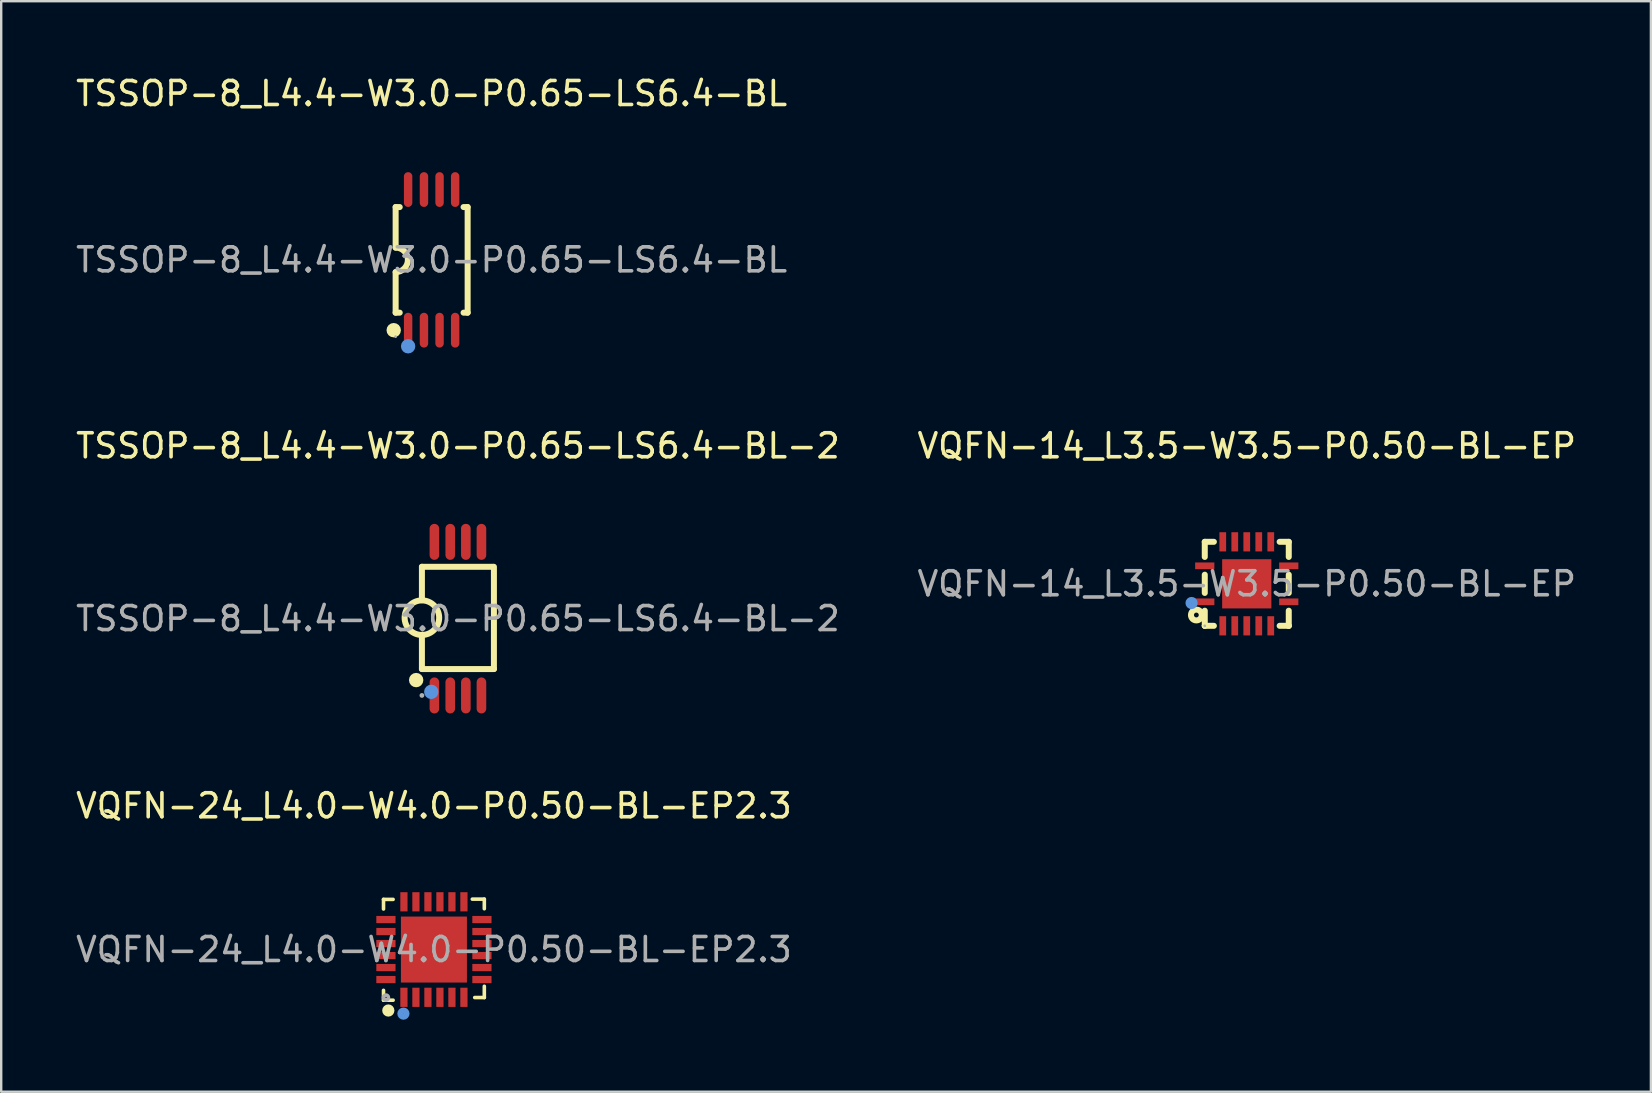
<source format=kicad_pcb>
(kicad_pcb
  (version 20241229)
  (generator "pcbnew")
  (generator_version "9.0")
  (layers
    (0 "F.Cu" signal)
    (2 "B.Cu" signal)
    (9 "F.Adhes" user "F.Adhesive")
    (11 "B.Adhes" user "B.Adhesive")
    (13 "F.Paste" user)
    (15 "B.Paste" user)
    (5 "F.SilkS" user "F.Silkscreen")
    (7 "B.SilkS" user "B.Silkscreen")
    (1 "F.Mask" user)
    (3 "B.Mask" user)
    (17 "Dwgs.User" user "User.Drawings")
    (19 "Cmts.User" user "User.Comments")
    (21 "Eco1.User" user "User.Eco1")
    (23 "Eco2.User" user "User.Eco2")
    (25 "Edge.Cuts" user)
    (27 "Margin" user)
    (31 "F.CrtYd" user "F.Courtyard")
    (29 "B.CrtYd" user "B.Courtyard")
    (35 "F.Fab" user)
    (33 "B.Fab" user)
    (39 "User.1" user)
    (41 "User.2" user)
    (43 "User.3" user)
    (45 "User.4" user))
  (footprint "TSSOP-8_L4.4-W3.0-P0.65-LS6.4-BL"
    (layer "F.Cu")
    (at 14.935 7.778)
    (property "Reference" "TSSOP-8_L4.4-W3.0-P0.65-LS6.4-BL" (at 0 -6.93 0) (layer "F.SilkS") (effects (font (size 1 1) (thickness 0.15))))
    (attr through_hole)
    (fp_line (start -1.5 -2.2) (end -1.5 -0.51) (stroke (width 0.25) (type solid)) (layer "F.SilkS"))
    (fp_line (start -1.5 -2.2) (end -1.33 -2.2) (stroke (width 0.25) (type solid)) (layer "F.SilkS"))
    (fp_line (start -1.5 2.2) (end -1.5 0.51) (stroke (width 0.25) (type solid)) (layer "F.SilkS"))
    (fp_line (start -1.5 2.2) (end -1.33 2.2) (stroke (width 0.25) (type solid)) (layer "F.SilkS"))
    (fp_line (start 1.33 -2.2) (end 1.5 -2.2) (stroke (width 0.25) (type solid)) (layer "F.SilkS"))
    (fp_line (start 1.33 2.2) (end 1.5 2.2) (stroke (width 0.25) (type solid)) (layer "F.SilkS"))
    (fp_line (start 1.5 -2.2) (end 1.5 2.2) (stroke (width 0.25) (type solid)) (layer "F.SilkS"))
    (fp_arc (start -1.5 -0.51) (mid -0.99 0) (end -1.5 0.51) (stroke (width 0.25) (type solid)) (layer "F.SilkS"))
    (fp_circle (center -1.58 2.93) (end -1.43 2.93) (stroke (width 0.3) (type solid)) (fill no) (layer "F.SilkS"))
    (fp_circle (center -0.98 3.6) (end -0.83 3.6) (stroke (width 0.3) (type solid)) (fill no) (layer "Cmts.User"))
    (fp_circle (center -1.5 3.2) (end -1.47 3.2) (stroke (width 0.06) (type solid)) (fill no) (layer "F.Fab"))
    (fp_text user "${REFERENCE}" (at 0 0 0) (layer "F.Fab") (effects (font (size 1 1) (thickness 0.15))))
    (pad "1" smd oval (at -0.98 2.93) (size 0.35 1.45) (layers "F.Cu" "F.Mask" "F.Paste"))
    (pad "2" smd oval (at -0.32 2.93) (size 0.35 1.45) (layers "F.Cu" "F.Mask" "F.Paste"))
    (pad "3" smd oval (at 0.33 2.93) (size 0.35 1.45) (layers "F.Cu" "F.Mask" "F.Paste"))
    (pad "4" smd oval (at 0.98 2.93) (size 0.35 1.45) (layers "F.Cu" "F.Mask" "F.Paste"))
    (pad "5" smd oval (at 0.98 -2.93) (size 0.35 1.45) (layers "F.Cu" "F.Mask" "F.Paste"))
    (pad "6" smd oval (at 0.33 -2.93) (size 0.35 1.45) (layers "F.Cu" "F.Mask" "F.Paste"))
    (pad "7" smd oval (at -0.32 -2.93) (size 0.35 1.45) (layers "F.Cu" "F.Mask" "F.Paste"))
    (pad "8" smd oval (at -0.98 -2.93) (size 0.35 1.45) (layers "F.Cu" "F.Mask" "F.Paste")))
  (footprint "VQFN-24_L4.0-W4.0-P0.50-BL-EP2.3"
    (layer "F.Cu")
    (at 15.03 36.515)
    (property "Reference" "VQFN-24_L4.0-W4.0-P0.50-BL-EP2.3" (at 0 -5.99 0) (layer "F.SilkS") (effects (font (size 1 1) (thickness 0.15))))
    (attr through_hole)
    (fp_line (start -2.1 -2.09) (end -1.7 -2.09) (stroke (width 0.15) (type solid)) (layer "F.SilkS"))
    (fp_line (start -2.1 -1.69) (end -2.1 -2.09) (stroke (width 0.15) (type solid)) (layer "F.SilkS"))
    (fp_line (start -2.1 2.11) (end -2.1 1.7) (stroke (width 0.15) (type solid)) (layer "F.SilkS"))
    (fp_line (start -1.7 2.11) (end -2.1 2.11) (stroke (width 0.15) (type solid)) (layer "F.SilkS"))
    (fp_line (start 1.6 -2.1) (end 2.1 -2.1) (stroke (width 0.15) (type solid)) (layer "F.SilkS"))
    (fp_line (start 1.7 2) (end 2.1 2) (stroke (width 0.15) (type solid)) (layer "F.SilkS"))
    (fp_line (start 2.1 -2.1) (end 2.1 -1.7) (stroke (width 0.15) (type solid)) (layer "F.SilkS"))
    (fp_line (start 2.1 2) (end 2.1 1.53) (stroke (width 0.15) (type solid)) (layer "F.SilkS"))
    (fp_circle (center -1.9 2.54) (end -1.77 2.54) (stroke (width 0.25) (type solid)) (fill no) (layer "F.SilkS"))
    (fp_circle (center -1.27 2.67) (end -1.14 2.67) (stroke (width 0.25) (type solid)) (fill no) (layer "Cmts.User"))
    (fp_circle (center -2 2) (end -1.97 2) (stroke (width 0.15) (type solid)) (fill no) (layer "F.Fab"))
    (fp_text user "${REFERENCE}" (at 0 0 0) (layer "F.Fab") (effects (font (size 1 1) (thickness 0.15))))
    (pad "1" smd rect (at -1.25 1.99 180) (size 0.3 0.8) (layers "F.Cu" "F.Mask" "F.Paste"))
    (pad "2" smd rect (at -0.75 1.99 180) (size 0.3 0.8) (layers "F.Cu" "F.Mask" "F.Paste"))
    (pad "3" smd rect (at -0.25 1.99 180) (size 0.3 0.8) (layers "F.Cu" "F.Mask" "F.Paste"))
    (pad "4" smd rect (at 0.25 1.99 180) (size 0.3 0.8) (layers "F.Cu" "F.Mask" "F.Paste"))
    (pad "5" smd rect (at 0.75 1.99 180) (size 0.3 0.8) (layers "F.Cu" "F.Mask" "F.Paste"))
    (pad "6" smd rect (at 1.25 1.99 180) (size 0.3 0.8) (layers "F.Cu" "F.Mask" "F.Paste"))
    (pad "7" smd rect (at 2 1.25 270) (size 0.3 0.8) (layers "F.Cu" "F.Mask" "F.Paste"))
    (pad "8" smd rect (at 2 0.75 270) (size 0.3 0.8) (layers "F.Cu" "F.Mask" "F.Paste"))
    (pad "9" smd rect (at 2 0.25 270) (size 0.3 0.8) (layers "F.Cu" "F.Mask" "F.Paste"))
    (pad "10" smd rect (at 2 -0.25 270) (size 0.3 0.8) (layers "F.Cu" "F.Mask" "F.Paste"))
    (pad "11" smd rect (at 2 -0.75 270) (size 0.3 0.8) (layers "F.Cu" "F.Mask" "F.Paste"))
    (pad "12" smd rect (at 2 -1.25 270) (size 0.3 0.8) (layers "F.Cu" "F.Mask" "F.Paste"))
    (pad "13" smd rect (at 1.25 -1.99) (size 0.3 0.8) (layers "F.Cu" "F.Mask" "F.Paste"))
    (pad "14" smd rect (at 0.75 -1.99) (size 0.3 0.8) (layers "F.Cu" "F.Mask" "F.Paste"))
    (pad "15" smd rect (at 0.25 -1.99) (size 0.3 0.8) (layers "F.Cu" "F.Mask" "F.Paste"))
    (pad "16" smd rect (at -0.25 -1.99) (size 0.3 0.8) (layers "F.Cu" "F.Mask" "F.Paste"))
    (pad "17" smd rect (at -0.75 -1.99) (size 0.3 0.8) (layers "F.Cu" "F.Mask" "F.Paste"))
    (pad "18" smd rect (at -1.25 -1.99) (size 0.3 0.8) (layers "F.Cu" "F.Mask" "F.Paste"))
    (pad "19" smd rect (at -2 -1.25 90) (size 0.3 0.8) (layers "F.Cu" "F.Mask" "F.Paste"))
    (pad "20" smd rect (at -2 -0.75 90) (size 0.3 0.8) (layers "F.Cu" "F.Mask" "F.Paste"))
    (pad "21" smd rect (at -2 -0.25 90) (size 0.3 0.8) (layers "F.Cu" "F.Mask" "F.Paste"))
    (pad "22" smd rect (at -2 0.25 90) (size 0.3 0.8) (layers "F.Cu" "F.Mask" "F.Paste"))
    (pad "23" smd rect (at -2 0.75 90) (size 0.3 0.8) (layers "F.Cu" "F.Mask" "F.Paste"))
    (pad "24" smd rect (at -2 1.25 90) (size 0.3 0.8) (layers "F.Cu" "F.Mask" "F.Paste"))
    (pad "25" smd rect (at 0 0 90) (size 2.75 2.75) (layers "F.Cu" "F.Mask" "F.Paste")))
  (footprint "TSSOP-8_L4.4-W3.0-P0.65-LS6.4-BL-2"
    (layer "F.Cu")
    (at 16.03 22.727)
    (property "Reference" "TSSOP-8_L4.4-W3.0-P0.65-LS6.4-BL-2" (at 0 -7.2 0) (layer "F.SilkS") (effects (font (size 1 1) (thickness 0.15))))
    (attr through_hole)
    (fp_line (start -1.5 -0.77) (end -1.5 -2.16) (stroke (width 0.25) (type solid)) (layer "F.SilkS"))
    (fp_line (start -1.5 2.1) (end -1.5 0.71) (stroke (width 0.25) (type solid)) (layer "F.SilkS"))
    (fp_line (start -1.5 2.1) (end 1.5 2.1) (stroke (width 0.25) (type solid)) (layer "F.SilkS"))
    (fp_line (start 1.46 -2.16) (end -1.5 -2.16) (stroke (width 0.25) (type solid)) (layer "F.SilkS"))
    (fp_line (start 1.5 2.1) (end 1.5 -2.16) (stroke (width 0.25) (type solid)) (layer "F.SilkS"))
    (fp_arc (start -1.74 2.56) (mid -1.74 2.56) (end -1.74 2.56) (stroke (width 0.3) (type solid)) (layer "F.SilkS"))
    (fp_arc (start -1.512566 0.67989) (mid -1.493717 -0.759972) (end -1.5 0.68) (stroke (width 0.25) (type solid)) (layer "F.SilkS"))
    (fp_circle (center -1.11 3.05) (end -0.96 3.05) (stroke (width 0.3) (type solid)) (fill no) (layer "Cmts.User"))
    (fp_circle (center -1.5 3.2) (end -1.45 3.2) (stroke (width 0.1) (type solid)) (fill no) (layer "F.Fab"))
    (fp_text user "${REFERENCE}" (at 0 0 0) (layer "F.Fab") (effects (font (size 1 1) (thickness 0.15))))
    (pad "1" smd oval (at -0.98 3.2 180) (size 0.4 1.5) (layers "F.Cu" "F.Mask" "F.Paste"))
    (pad "2" smd oval (at -0.32 3.2 180) (size 0.4 1.5) (layers "F.Cu" "F.Mask" "F.Paste"))
    (pad "3" smd oval (at 0.33 3.2 180) (size 0.4 1.5) (layers "F.Cu" "F.Mask" "F.Paste"))
    (pad "4" smd oval (at 0.98 3.2 180) (size 0.4 1.5) (layers "F.Cu" "F.Mask" "F.Paste"))
    (pad "5" smd oval (at 0.98 -3.2 180) (size 0.4 1.5) (layers "F.Cu" "F.Mask" "F.Paste"))
    (pad "6" smd oval (at 0.33 -3.2 180) (size 0.4 1.5) (layers "F.Cu" "F.Mask" "F.Paste"))
    (pad "7" smd oval (at -0.32 -3.2 180) (size 0.4 1.5) (layers "F.Cu" "F.Mask" "F.Paste"))
    (pad "8" smd oval (at -0.98 -3.2 180) (size 0.4 1.5) (layers "F.Cu" "F.Mask" "F.Paste")))
  (footprint "VQFN-14_L3.5-W3.5-P0.50-BL-EP"
    (layer "F.Cu")
    (at 48.899 21.276)
    (property "Reference" "VQFN-14_L3.5-W3.5-P0.50-BL-EP" (at 0 -5.75 0) (layer "F.SilkS") (effects (font (size 1 1) (thickness 0.15))))
    (attr through_hole)
    (fp_line (start -1.75 -1.75) (end -1.75 -1.12) (stroke (width 0.25) (type solid)) (layer "F.SilkS"))
    (fp_line (start -1.75 -0.38) (end -1.75 0.38) (stroke (width 0.25) (type solid)) (layer "F.SilkS"))
    (fp_line (start -1.75 1.12) (end -1.75 1.75) (stroke (width 0.25) (type solid)) (layer "F.SilkS"))
    (fp_line (start -1.75 1.75) (end -1.75 1.75) (stroke (width 0.25) (type solid)) (layer "F.SilkS"))
    (fp_line (start -1.75 1.75) (end -1.37 1.75) (stroke (width 0.25) (type solid)) (layer "F.SilkS"))
    (fp_line (start -1.37 -1.75) (end -1.75 -1.75) (stroke (width 0.25) (type solid)) (layer "F.SilkS"))
    (fp_line (start 1.37 1.75) (end 1.75 1.75) (stroke (width 0.25) (type solid)) (layer "F.SilkS"))
    (fp_line (start 1.75 -1.75) (end 1.37 -1.75) (stroke (width 0.25) (type solid)) (layer "F.SilkS"))
    (fp_line (start 1.75 -1.12) (end 1.75 -1.75) (stroke (width 0.25) (type solid)) (layer "F.SilkS"))
    (fp_line (start 1.75 0.38) (end 1.75 -0.38) (stroke (width 0.25) (type solid)) (layer "F.SilkS"))
    (fp_line (start 1.75 1.75) (end 1.75 1.12) (stroke (width 0.25) (type solid)) (layer "F.SilkS"))
    (fp_line (start 1.75 1.75) (end 1.75 1.75) (stroke (width 0.25) (type solid)) (layer "F.SilkS"))
    (fp_circle (center -2.1 1.3) (end -2 1.3) (stroke (width 0.25) (type solid)) (fill no) (layer "F.SilkS"))
    (fp_circle (center -2.3 0.8) (end -2.17 0.8) (stroke (width 0.25) (type solid)) (fill no) (layer "Cmts.User"))
    (fp_circle (center -1.75 1.75) (end -1.72 1.75) (stroke (width 0.06) (type solid)) (fill no) (layer "F.Fab"))
    (fp_text user "${REFERENCE}" (at 0 0 0) (layer "F.Fab") (effects (font (size 1 1) (thickness 0.15))))
    (pad "1" smd rect (at -1.75 0.75 270) (size 0.28 0.8) (layers "F.Cu" "F.Mask" "F.Paste"))
    (pad "2" smd rect (at -1 1.75 180) (size 0.28 0.8) (layers "F.Cu" "F.Mask" "F.Paste"))
    (pad "3" smd rect (at -0.5 1.75 180) (size 0.28 0.8) (layers "F.Cu" "F.Mask" "F.Paste"))
    (pad "4" smd rect (at 0 1.75 180) (size 0.28 0.8) (layers "F.Cu" "F.Mask" "F.Paste"))
    (pad "5" smd rect (at 0.5 1.75 180) (size 0.28 0.8) (layers "F.Cu" "F.Mask" "F.Paste"))
    (pad "6" smd rect (at 1 1.75 180) (size 0.28 0.8) (layers "F.Cu" "F.Mask" "F.Paste"))
    (pad "7" smd rect (at 1.75 0.75 270) (size 0.28 0.8) (layers "F.Cu" "F.Mask" "F.Paste"))
    (pad "8" smd rect (at 1.75 -0.75 270) (size 0.28 0.8) (layers "F.Cu" "F.Mask" "F.Paste"))
    (pad "9" smd rect (at 1 -1.75) (size 0.28 0.8) (layers "F.Cu" "F.Mask" "F.Paste"))
    (pad "10" smd rect (at 0.5 -1.75) (size 0.28 0.8) (layers "F.Cu" "F.Mask" "F.Paste"))
    (pad "11" smd rect (at 0 -1.75) (size 0.28 0.8) (layers "F.Cu" "F.Mask" "F.Paste"))
    (pad "12" smd rect (at -0.5 -1.75) (size 0.28 0.8) (layers "F.Cu" "F.Mask" "F.Paste"))
    (pad "13" smd rect (at -1 -1.75) (size 0.28 0.8) (layers "F.Cu" "F.Mask" "F.Paste"))
    (pad "14" smd rect (at -1.75 -0.75 90) (size 0.28 0.8) (layers "F.Cu" "F.Mask" "F.Paste"))
    (pad "15" smd rect (at 0 0 180) (size 2.05 2.05) (layers "F.Cu" "F.Mask" "F.Paste")))
  (gr_rect
    (start -3 -3)
    (end 65.738 42.44)
    (stroke (width 0.1) (type default))
    (fill no)
    (layer "Edge.Cuts")))
</source>
